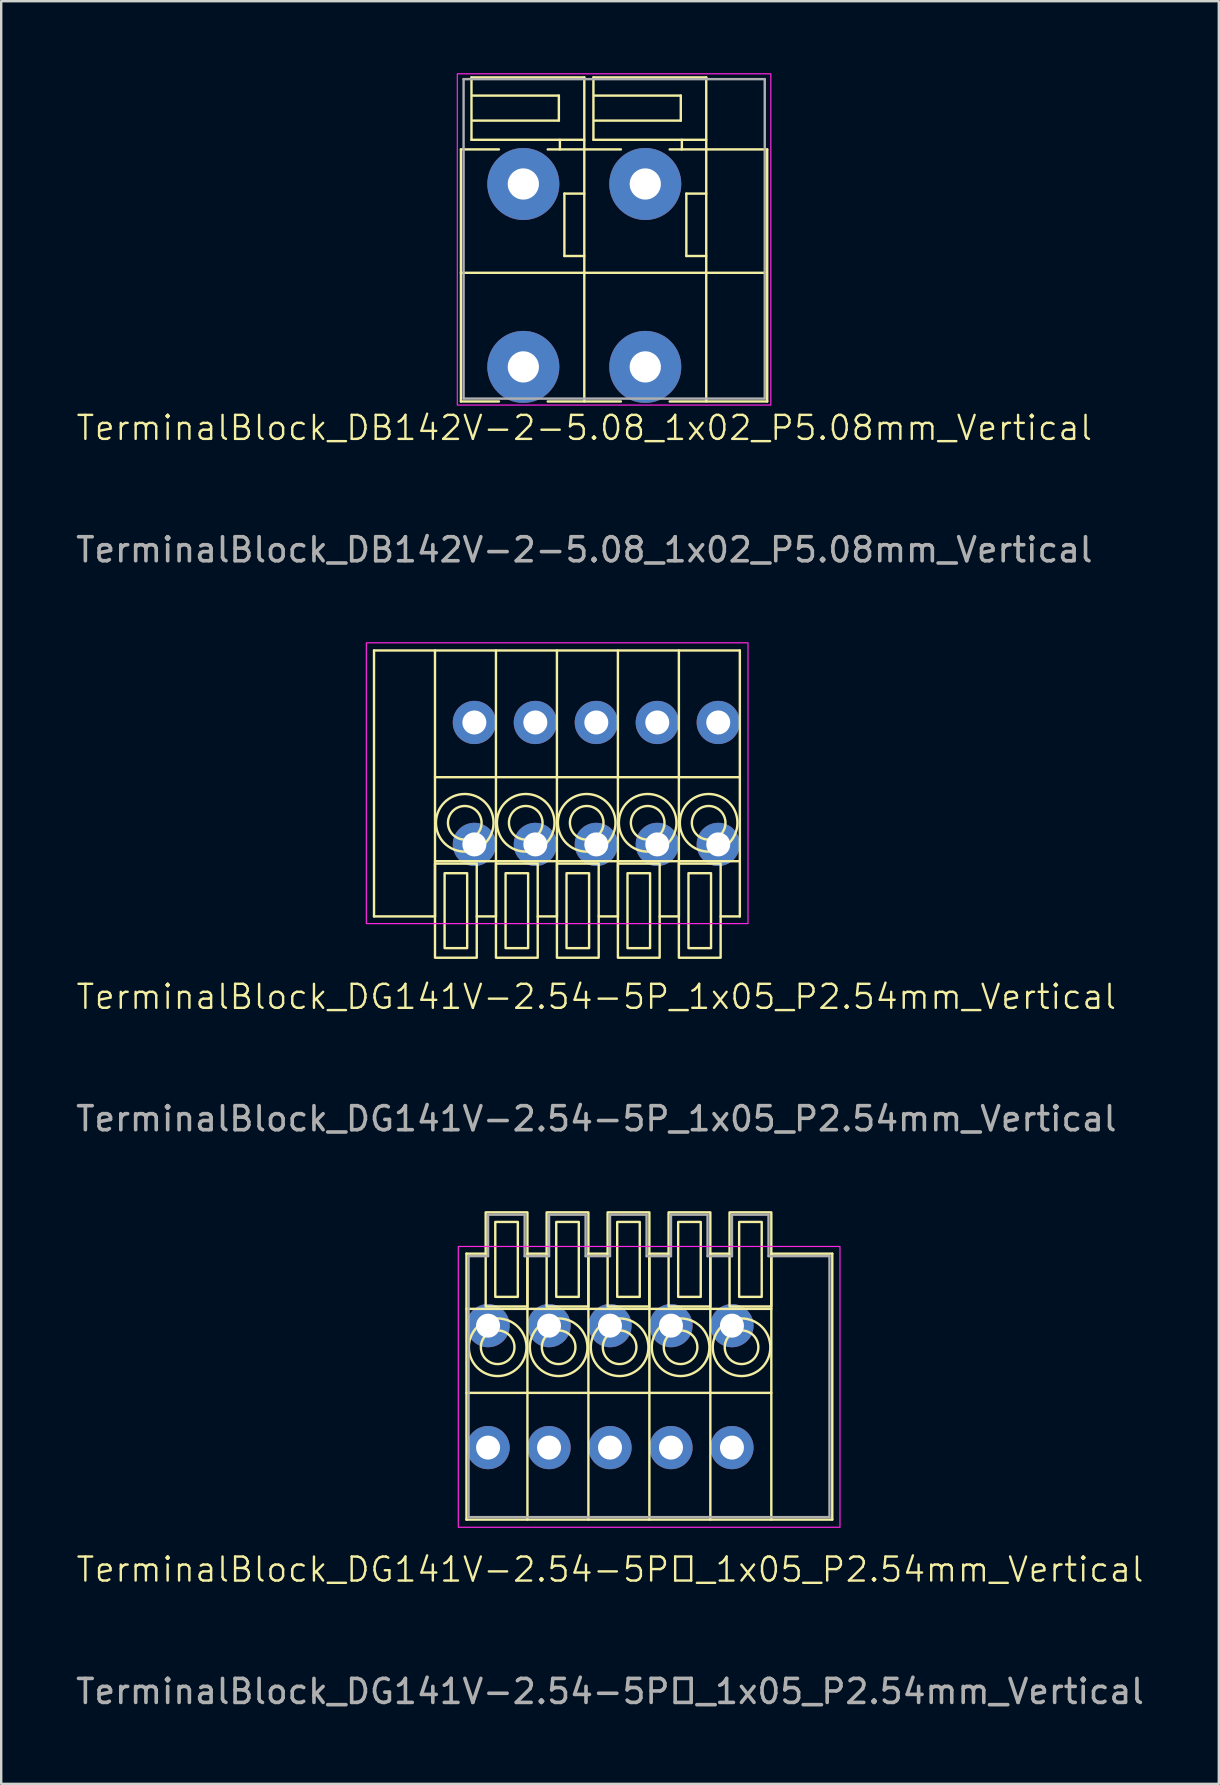
<source format=kicad_pcb>
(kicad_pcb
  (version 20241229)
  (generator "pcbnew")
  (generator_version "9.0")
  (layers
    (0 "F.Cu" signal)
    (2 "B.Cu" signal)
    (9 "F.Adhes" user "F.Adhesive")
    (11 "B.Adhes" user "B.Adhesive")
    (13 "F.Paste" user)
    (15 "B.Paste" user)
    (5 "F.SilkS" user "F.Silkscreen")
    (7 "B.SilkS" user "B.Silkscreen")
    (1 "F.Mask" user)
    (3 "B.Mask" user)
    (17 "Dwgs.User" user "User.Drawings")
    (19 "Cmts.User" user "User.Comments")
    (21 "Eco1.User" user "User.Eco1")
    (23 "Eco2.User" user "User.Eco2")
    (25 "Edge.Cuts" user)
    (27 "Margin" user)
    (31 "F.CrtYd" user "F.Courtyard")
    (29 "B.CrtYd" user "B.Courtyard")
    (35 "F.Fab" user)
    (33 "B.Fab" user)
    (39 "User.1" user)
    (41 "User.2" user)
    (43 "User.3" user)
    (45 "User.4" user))
  (footprint "TerminalBlock_DG141V-2.54-5P_1x05_P2.54mm_Vertical"
    (layer "F.Cu")
    (at 16.712 32.128)
    (property "Reference" "TerminalBlock_DG141V-2.54-5P_1x05_P2.54mm_Vertical" (at 5.08 6.35 0) (unlocked yes) (layer "F.SilkS") (effects (font (size 1 1) (thickness 0.1))))
    (attr through_hole)
    (fp_line (start -4.18 -8.08) (end 11.06 -8.08) (stroke (width 0.1) (type default)) (layer "F.SilkS"))
    (fp_line (start -4.18 3) (end -4.18 -8.08) (stroke (width 0.1) (type default)) (layer "F.SilkS"))
    (fp_line (start -4.18 3) (end -1.64 3) (stroke (width 0.1) (type default)) (layer "F.SilkS"))
    (fp_line (start -1.64 -8.08) (end -1.64 3) (stroke (width 0.1) (type default)) (layer "F.SilkS"))
    (fp_line (start -1.64 -2.8) (end 11.06 -2.8) (stroke (width 0.1) (type default)) (layer "F.SilkS"))
    (fp_line (start -1.64 0.7) (end 11.06 0.7) (stroke (width 0.1) (type default)) (layer "F.SilkS"))
    (fp_line (start 0.1 3) (end 0.9 3) (stroke (width 0.1) (type default)) (layer "F.SilkS"))
    (fp_line (start 0.9 -8.08) (end 0.9 3) (stroke (width 0.1) (type default)) (layer "F.SilkS"))
    (fp_line (start 2.64 3) (end 3.44 3) (stroke (width 0.1) (type default)) (layer "F.SilkS"))
    (fp_line (start 3.44 -8.08) (end 3.44 3) (stroke (width 0.1) (type default)) (layer "F.SilkS"))
    (fp_line (start 5.18 3) (end 5.98 3) (stroke (width 0.1) (type default)) (layer "F.SilkS"))
    (fp_line (start 5.98 -8.08) (end 5.98 3) (stroke (width 0.1) (type default)) (layer "F.SilkS"))
    (fp_line (start 7.72 3) (end 8.52 3) (stroke (width 0.1) (type default)) (layer "F.SilkS"))
    (fp_line (start 8.52 -8.08) (end 8.52 3) (stroke (width 0.1) (type default)) (layer "F.SilkS"))
    (fp_line (start 10.26 3) (end 11.06 3) (stroke (width 0.1) (type default)) (layer "F.SilkS"))
    (fp_line (start 11.06 -8.08) (end 11.06 3) (stroke (width 0.1) (type default)) (layer "F.SilkS"))
    (fp_rect (start -1.64 0.8) (end 0.1 4.72) (stroke (width 0.1) (type default)) (fill no) (layer "F.SilkS"))
    (fp_rect (start -1.24 1.2) (end -0.3 4.32) (stroke (width 0.1) (type default)) (fill no) (layer "F.SilkS"))
    (fp_rect (start 0.9 0.8) (end 2.64 4.72) (stroke (width 0.1) (type default)) (fill no) (layer "F.SilkS"))
    (fp_rect (start 1.3 1.2) (end 2.24 4.32) (stroke (width 0.1) (type default)) (fill no) (layer "F.SilkS"))
    (fp_rect (start 3.44 0.8) (end 5.18 4.72) (stroke (width 0.1) (type default)) (fill no) (layer "F.SilkS"))
    (fp_rect (start 3.84 1.2) (end 4.78 4.32) (stroke (width 0.1) (type default)) (fill no) (layer "F.SilkS"))
    (fp_rect (start 5.98 0.8) (end 7.72 4.72) (stroke (width 0.1) (type default)) (fill no) (layer "F.SilkS"))
    (fp_rect (start 6.38 1.2) (end 7.32 4.32) (stroke (width 0.1) (type default)) (fill no) (layer "F.SilkS"))
    (fp_rect (start 8.52 0.8) (end 10.26 4.72) (stroke (width 0.1) (type default)) (fill no) (layer "F.SilkS"))
    (fp_rect (start 8.92 1.2) (end 9.86 4.32) (stroke (width 0.1) (type default)) (fill no) (layer "F.SilkS"))
    (fp_circle (center -0.4 -0.9) (end 0.3 -0.9) (stroke (width 0.1) (type default)) (fill no) (layer "F.SilkS"))
    (fp_circle (center -0.4 -0.9) (end 0.8 -0.9) (stroke (width 0.1) (type default)) (fill no) (layer "F.SilkS"))
    (fp_circle (center 2.14 -0.9) (end 2.84 -0.9) (stroke (width 0.1) (type default)) (fill no) (layer "F.SilkS"))
    (fp_circle (center 2.14 -0.9) (end 3.34 -0.9) (stroke (width 0.1) (type default)) (fill no) (layer "F.SilkS"))
    (fp_circle (center 4.68 -0.9) (end 5.38 -0.9) (stroke (width 0.1) (type default)) (fill no) (layer "F.SilkS"))
    (fp_circle (center 4.68 -0.9) (end 5.88 -0.9) (stroke (width 0.1) (type default)) (fill no) (layer "F.SilkS"))
    (fp_circle (center 7.22 -0.9) (end 7.92 -0.9) (stroke (width 0.1) (type default)) (fill no) (layer "F.SilkS"))
    (fp_circle (center 7.22 -0.9) (end 8.42 -0.9) (stroke (width 0.1) (type default)) (fill no) (layer "F.SilkS"))
    (fp_circle (center 9.76 -0.9) (end 10.46 -0.9) (stroke (width 0.1) (type default)) (fill no) (layer "F.SilkS"))
    (fp_circle (center 9.76 -0.9) (end 10.96 -0.9) (stroke (width 0.1) (type default)) (fill no) (layer "F.SilkS"))
    (fp_rect (start -4.5 -8.4) (end 11.4 3.3) (stroke (width 0.05) (type default)) (fill no) (layer "F.CrtYd"))
    (fp_text user "${REFERENCE}" (at 5.08 11.43 0) (unlocked yes) (layer "F.Fab") (effects (font (size 1 1) (thickness 0.15))))
    (pad "1" thru_hole circle (at 0 -5.08) (size 1.8 1.8) (drill 1) (layers "*.Cu" "*.Mask"))
    (pad "1" thru_hole circle (at 0 0) (size 1.8 1.8) (drill 1) (layers "*.Cu" "*.Mask"))
    (pad "2" thru_hole circle (at 2.54 -5.08) (size 1.8 1.8) (drill 1) (layers "*.Cu" "*.Mask"))
    (pad "2" thru_hole circle (at 2.54 0) (size 1.8 1.8) (drill 1) (layers "*.Cu" "*.Mask"))
    (pad "3" thru_hole circle (at 5.08 -5.08) (size 1.8 1.8) (drill 1) (layers "*.Cu" "*.Mask"))
    (pad "3" thru_hole circle (at 5.08 0) (size 1.8 1.8) (drill 1) (layers "*.Cu" "*.Mask"))
    (pad "4" thru_hole circle (at 7.62 -5.08) (size 1.8 1.8) (drill 1) (layers "*.Cu" "*.Mask"))
    (pad "4" thru_hole circle (at 7.62 0) (size 1.8 1.8) (drill 1) (layers "*.Cu" "*.Mask"))
    (pad "5" thru_hole circle (at 10.16 -5.08) (size 1.8 1.8) (drill 1) (layers "*.Cu" "*.Mask"))
    (pad "5" thru_hole circle (at 10.16 0) (size 1.8 1.8) (drill 1) (layers "*.Cu" "*.Mask")))
  (footprint "TerminalBlock_DG141V-2.54-5P_1x05_P2.54mm_Vertical"
    (layer "F.Cu")
    (at 17.283 57.257)
    (property "Reference" "TerminalBlock_DG141V-2.54-5P_1x05_P2.54mm_Vertical" (at 5.08 5.08 0) (unlocked yes) (layer "F.SilkS") (effects (font (size 1 1) (thickness 0.1))))
    (attr through_hole)
    (fp_line (start -0.9 3) (end -0.9 -8.08) (stroke (width 0.1) (type default)) (layer "F.SilkS"))
    (fp_line (start -0.1 -8.08) (end -0.9 -8.08) (stroke (width 0.1) (type default)) (layer "F.SilkS"))
    (fp_line (start 1.64 3) (end 1.64 -8.08) (stroke (width 0.1) (type default)) (layer "F.SilkS"))
    (fp_line (start 2.44 -8.08) (end 1.64 -8.08) (stroke (width 0.1) (type default)) (layer "F.SilkS"))
    (fp_line (start 4.18 3) (end 4.18 -8.08) (stroke (width 0.1) (type default)) (layer "F.SilkS"))
    (fp_line (start 4.98 -8.08) (end 4.18 -8.08) (stroke (width 0.1) (type default)) (layer "F.SilkS"))
    (fp_line (start 6.72 3) (end 6.72 -8.08) (stroke (width 0.1) (type default)) (layer "F.SilkS"))
    (fp_line (start 7.52 -8.08) (end 6.72 -8.08) (stroke (width 0.1) (type default)) (layer "F.SilkS"))
    (fp_line (start 9.26 3) (end 9.26 -8.08) (stroke (width 0.1) (type default)) (layer "F.SilkS"))
    (fp_line (start 10.06 -8.08) (end 9.26 -8.08) (stroke (width 0.1) (type default)) (layer "F.SilkS"))
    (fp_line (start 11.8 -5.78) (end -0.9 -5.78) (stroke (width 0.1) (type default)) (layer "F.SilkS"))
    (fp_line (start 11.8 -2.28) (end -0.9 -2.28) (stroke (width 0.1) (type default)) (layer "F.SilkS"))
    (fp_line (start 11.8 3) (end 11.8 -8.08) (stroke (width 0.1) (type default)) (layer "F.SilkS"))
    (fp_line (start 14.34 -8.08) (end 11.8 -8.08) (stroke (width 0.1) (type default)) (layer "F.SilkS"))
    (fp_line (start 14.34 -8.08) (end 14.34 3) (stroke (width 0.1) (type default)) (layer "F.SilkS"))
    (fp_line (start 14.34 3) (end -0.9 3) (stroke (width 0.1) (type default)) (layer "F.SilkS"))
    (fp_rect (start 1.24 -6.28) (end 0.3 -9.4) (stroke (width 0.1) (type default)) (fill no) (layer "F.SilkS"))
    (fp_rect (start 1.64 -5.88) (end -0.1 -9.8) (stroke (width 0.1) (type default)) (fill no) (layer "F.SilkS"))
    (fp_rect (start 3.78 -6.28) (end 2.84 -9.4) (stroke (width 0.1) (type default)) (fill no) (layer "F.SilkS"))
    (fp_rect (start 4.18 -5.88) (end 2.44 -9.8) (stroke (width 0.1) (type default)) (fill no) (layer "F.SilkS"))
    (fp_rect (start 6.32 -6.28) (end 5.38 -9.4) (stroke (width 0.1) (type default)) (fill no) (layer "F.SilkS"))
    (fp_rect (start 6.72 -5.88) (end 4.98 -9.8) (stroke (width 0.1) (type default)) (fill no) (layer "F.SilkS"))
    (fp_rect (start 8.86 -6.28) (end 7.92 -9.4) (stroke (width 0.1) (type default)) (fill no) (layer "F.SilkS"))
    (fp_rect (start 9.26 -5.88) (end 7.52 -9.8) (stroke (width 0.1) (type default)) (fill no) (layer "F.SilkS"))
    (fp_rect (start 11.4 -6.28) (end 10.46 -9.4) (stroke (width 0.1) (type default)) (fill no) (layer "F.SilkS"))
    (fp_rect (start 11.8 -5.88) (end 10.06 -9.8) (stroke (width 0.1) (type default)) (fill no) (layer "F.SilkS"))
    (fp_circle (center 0.4 -4.18) (end -0.8 -4.18) (stroke (width 0.1) (type default)) (fill no) (layer "F.SilkS"))
    (fp_circle (center 0.4 -4.18) (end -0.3 -4.18) (stroke (width 0.1) (type default)) (fill no) (layer "F.SilkS"))
    (fp_circle (center 2.94 -4.18) (end 1.74 -4.18) (stroke (width 0.1) (type default)) (fill no) (layer "F.SilkS"))
    (fp_circle (center 2.94 -4.18) (end 2.24 -4.18) (stroke (width 0.1) (type default)) (fill no) (layer "F.SilkS"))
    (fp_circle (center 5.48 -4.18) (end 4.28 -4.18) (stroke (width 0.1) (type default)) (fill no) (layer "F.SilkS"))
    (fp_circle (center 5.48 -4.18) (end 4.78 -4.18) (stroke (width 0.1) (type default)) (fill no) (layer "F.SilkS"))
    (fp_circle (center 8.02 -4.18) (end 7.32 -4.18) (stroke (width 0.1) (type default)) (fill no) (layer "F.SilkS"))
    (fp_circle (center 8.02 -4.18) (end 9.22 -4.18) (stroke (width 0.1) (type default)) (fill no) (layer "F.SilkS"))
    (fp_circle (center 10.56 -4.18) (end 9.36 -4.18) (stroke (width 0.1) (type default)) (fill no) (layer "F.SilkS"))
    (fp_circle (center 10.56 -4.18) (end 9.86 -4.18) (stroke (width 0.1) (type default)) (fill no) (layer "F.SilkS"))
    (fp_rect (start 14.66 3.32) (end -1.24 -8.38) (stroke (width 0.05) (type default)) (fill no) (layer "F.CrtYd"))
    (fp_line (start -0.813 -7.976) (end 0 -7.976) (stroke (width 0.1) (type default)) (layer "F.Fab"))
    (fp_line (start -0.813 2.896) (end -0.813 -7.976) (stroke (width 0.1) (type default)) (layer "F.Fab"))
    (fp_line (start 0 -9.703) (end 1.524 -9.703) (stroke (width 0.1) (type default)) (layer "F.Fab"))
    (fp_line (start 0 -7.976) (end 0 -9.703) (stroke (width 0.1) (type default)) (layer "F.Fab"))
    (fp_line (start 1.524 -9.703) (end 1.524 -7.976) (stroke (width 0.1) (type default)) (layer "F.Fab"))
    (fp_line (start 1.524 -7.976) (end 2.54 -7.976) (stroke (width 0.1) (type default)) (layer "F.Fab"))
    (fp_line (start 2.54 -9.703) (end 4.064 -9.703) (stroke (width 0.1) (type default)) (layer "F.Fab"))
    (fp_line (start 2.54 -7.976) (end 2.54 -9.703) (stroke (width 0.1) (type default)) (layer "F.Fab"))
    (fp_line (start 4.064 -9.703) (end 4.064 -7.976) (stroke (width 0.1) (type default)) (layer "F.Fab"))
    (fp_line (start 4.064 -7.976) (end 5.08 -7.976) (stroke (width 0.1) (type default)) (layer "F.Fab"))
    (fp_line (start 5.08 -9.703) (end 6.604 -9.703) (stroke (width 0.1) (type default)) (layer "F.Fab"))
    (fp_line (start 5.08 -7.976) (end 5.08 -9.703) (stroke (width 0.1) (type default)) (layer "F.Fab"))
    (fp_line (start 6.604 -9.703) (end 6.604 -7.976) (stroke (width 0.1) (type default)) (layer "F.Fab"))
    (fp_line (start 6.604 -7.976) (end 7.62 -7.976) (stroke (width 0.1) (type default)) (layer "F.Fab"))
    (fp_line (start 7.62 -9.703) (end 9.144 -9.703) (stroke (width 0.1) (type default)) (layer "F.Fab"))
    (fp_line (start 7.62 -7.976) (end 7.62 -9.703) (stroke (width 0.1) (type default)) (layer "F.Fab"))
    (fp_line (start 9.144 -9.703) (end 9.144 -7.976) (stroke (width 0.1) (type default)) (layer "F.Fab"))
    (fp_line (start 9.144 -7.976) (end 10.16 -7.976) (stroke (width 0.1) (type default)) (layer "F.Fab"))
    (fp_line (start 10.16 -9.703) (end 11.684 -9.703) (stroke (width 0.1) (type default)) (layer "F.Fab"))
    (fp_line (start 10.16 -7.976) (end 10.16 -9.703) (stroke (width 0.1) (type default)) (layer "F.Fab"))
    (fp_line (start 11.684 -9.703) (end 11.684 -7.976) (stroke (width 0.1) (type default)) (layer "F.Fab"))
    (fp_line (start 11.684 -7.976) (end 14.224 -7.976) (stroke (width 0.1) (type default)) (layer "F.Fab"))
    (fp_line (start 14.224 -7.976) (end 14.224 2.896) (stroke (width 0.1) (type default)) (layer "F.Fab"))
    (fp_line (start 14.224 2.896) (end -0.813 2.896) (stroke (width 0.1) (type default)) (layer "F.Fab"))
    (fp_text user "${REFERENCE}" (at 5.08 10.16 0) (unlocked yes) (layer "F.Fab") (effects (font (size 1 1) (thickness 0.15))))
    (pad "1" thru_hole circle (at 0 -5.08 180) (size 1.8 1.8) (drill 1) (layers "*.Cu" "*.Mask"))
    (pad "1" thru_hole circle (at 0 0 180) (size 1.8 1.8) (drill 1) (layers "*.Cu" "*.Mask"))
    (pad "2" thru_hole circle (at 2.54 -5.08 180) (size 1.8 1.8) (drill 1) (layers "*.Cu" "*.Mask"))
    (pad "2" thru_hole circle (at 2.54 0 180) (size 1.8 1.8) (drill 1) (layers "*.Cu" "*.Mask"))
    (pad "3" thru_hole circle (at 5.08 -5.08 180) (size 1.8 1.8) (drill 1) (layers "*.Cu" "*.Mask"))
    (pad "3" thru_hole circle (at 5.08 0 180) (size 1.8 1.8) (drill 1) (layers "*.Cu" "*.Mask"))
    (pad "4" thru_hole circle (at 7.62 -5.08 180) (size 1.8 1.8) (drill 1) (layers "*.Cu" "*.Mask"))
    (pad "4" thru_hole circle (at 7.62 0 180) (size 1.8 1.8) (drill 1) (layers "*.Cu" "*.Mask"))
    (pad "5" thru_hole circle (at 10.16 -5.08 180) (size 1.8 1.8) (drill 1) (layers "*.Cu" "*.Mask"))
    (pad "5" thru_hole circle (at 10.16 0 180) (size 1.8 1.8) (drill 1) (layers "*.Cu" "*.Mask")))
  (footprint "TerminalBlock_DB142V-2-5.08_1x02_P5.08mm_Vertical"
    (layer "F.Cu")
    (at 18.752 12.235)
    (property "Reference" "TerminalBlock_DB142V-2-5.08_1x02_P5.08mm_Vertical" (at 2.54 2.54 0) (unlocked yes) (layer "F.SilkS") (effects (font (size 1 1) (thickness 0.1))))
    (attr through_hole)
    (fp_line (start -2.6 1.44) (end -2.6 -9.06) (stroke (width 0.1) (type default)) (layer "F.SilkS"))
    (fp_line (start -2.16 -12.06) (end 2.54 -12.06) (stroke (width 0.1) (type default)) (layer "F.SilkS"))
    (fp_line (start -2.16 -9.46) (end -2.16 -12.06) (stroke (width 0.1) (type default)) (layer "F.SilkS"))
    (fp_line (start -2.1 -10.26) (end 1.48 -10.26) (stroke (width 0.1) (type default)) (layer "F.SilkS"))
    (fp_line (start -1.016 -9.06) (end -2.6 -9.06) (stroke (width 0.1) (type default)) (layer "F.SilkS"))
    (fp_line (start -1.016 1.44) (end -2.6 1.44) (stroke (width 0.1) (type default)) (layer "F.SilkS"))
    (fp_line (start 1.48 -11.303) (end -2.1 -11.303) (stroke (width 0.1) (type default)) (layer "F.SilkS"))
    (fp_line (start 1.48 -10.26) (end 1.48 -11.303) (stroke (width 0.1) (type default)) (layer "F.SilkS"))
    (fp_line (start 1.524 -9.46) (end 1.524 -9.06) (stroke (width 0.1) (type default)) (layer "F.SilkS"))
    (fp_line (start 1.711 -7.22) (end 2.54 -7.22) (stroke (width 0.1) (type default)) (layer "F.SilkS"))
    (fp_line (start 1.711 -4.62) (end 1.711 -7.22) (stroke (width 0.1) (type default)) (layer "F.SilkS"))
    (fp_line (start 2.54 -12.06) (end 2.54 -9.06) (stroke (width 0.1) (type default)) (layer "F.SilkS"))
    (fp_line (start 2.54 -9.46) (end -2.16 -9.46) (stroke (width 0.1) (type default)) (layer "F.SilkS"))
    (fp_line (start 2.54 -4.62) (end 1.711 -4.62) (stroke (width 0.1) (type default)) (layer "F.SilkS"))
    (fp_line (start 2.54 1.44) (end 2.54 -9.06) (stroke (width 0.1) (type default)) (layer "F.SilkS"))
    (fp_line (start 2.92 -12.06) (end 7.62 -12.06) (stroke (width 0.1) (type default)) (layer "F.SilkS"))
    (fp_line (start 2.92 -9.46) (end 2.92 -12.06) (stroke (width 0.1) (type default)) (layer "F.SilkS"))
    (fp_line (start 2.98 -10.26) (end 6.56 -10.26) (stroke (width 0.1) (type default)) (layer "F.SilkS"))
    (fp_line (start 4.064 -9.06) (end 1.016 -9.06) (stroke (width 0.1) (type default)) (layer "F.SilkS"))
    (fp_line (start 4.064 1.44) (end 1.016 1.44) (stroke (width 0.1) (type default)) (layer "F.SilkS"))
    (fp_line (start 6.096 -9.06) (end 10.16 -9.06) (stroke (width 0.1) (type default)) (layer "F.SilkS"))
    (fp_line (start 6.56 -11.303) (end 2.98 -11.303) (stroke (width 0.1) (type default)) (layer "F.SilkS"))
    (fp_line (start 6.56 -10.26) (end 6.56 -11.303) (stroke (width 0.1) (type default)) (layer "F.SilkS"))
    (fp_line (start 6.604 -9.46) (end 6.604 -9.06) (stroke (width 0.1) (type default)) (layer "F.SilkS"))
    (fp_line (start 6.791 -7.22) (end 7.62 -7.22) (stroke (width 0.1) (type default)) (layer "F.SilkS"))
    (fp_line (start 6.791 -4.62) (end 6.791 -7.22) (stroke (width 0.1) (type default)) (layer "F.SilkS"))
    (fp_line (start 7.62 -12.06) (end 7.62 -9.06) (stroke (width 0.1) (type default)) (layer "F.SilkS"))
    (fp_line (start 7.62 -9.46) (end 2.92 -9.46) (stroke (width 0.1) (type default)) (layer "F.SilkS"))
    (fp_line (start 7.62 -4.62) (end 6.791 -4.62) (stroke (width 0.1) (type default)) (layer "F.SilkS"))
    (fp_line (start 7.62 1.44) (end 7.62 -9.06) (stroke (width 0.1) (type default)) (layer "F.SilkS"))
    (fp_line (start 10.1 -3.92) (end -2.6 -3.92) (stroke (width 0.1) (type default)) (layer "F.SilkS"))
    (fp_line (start 10.16 -9.06) (end 10.16 1.44) (stroke (width 0.1) (type default)) (layer "F.SilkS"))
    (fp_line (start 10.16 1.44) (end 6.096 1.44) (stroke (width 0.1) (type default)) (layer "F.SilkS"))
    (fp_rect (start 10.31 1.59) (end -2.75 -12.21) (stroke (width 0.05) (type default)) (fill no) (layer "F.CrtYd"))
    (fp_line (start -2.489 -11.989) (end 10.058 -11.989) (stroke (width 0.1) (type default)) (layer "F.Fab"))
    (fp_line (start -2.489 1.321) (end -2.489 -11.989) (stroke (width 0.1) (type default)) (layer "F.Fab"))
    (fp_line (start 10.058 -11.989) (end 10.058 1.321) (stroke (width 0.1) (type default)) (layer "F.Fab"))
    (fp_line (start 10.058 1.321) (end -2.489 1.321) (stroke (width 0.1) (type default)) (layer "F.Fab"))
    (fp_text user "${REFERENCE}" (at 2.54 7.62 0) (unlocked yes) (layer "F.Fab") (effects (font (size 1 1) (thickness 0.15))))
    (pad "1" thru_hole circle (at 0 -7.62 180) (size 3 3) (drill 1.3) (layers "*.Cu" "*.Mask"))
    (pad "1" thru_hole circle (at 0 0 180) (size 3 3) (drill 1.3) (layers "*.Cu" "*.Mask"))
    (pad "2" thru_hole circle (at 5.08 -7.62 180) (size 3 3) (drill 1.3) (layers "*.Cu" "*.Mask"))
    (pad "2" thru_hole circle (at 5.08 0 180) (size 3 3) (drill 1.3) (layers "*.Cu" "*.Mask")))
  (gr_rect
    (start -3 -3)
    (end 47.726 71.265)
    (stroke (width 0.1) (type default))
    (fill no)
    (layer "Edge.Cuts")))
</source>
